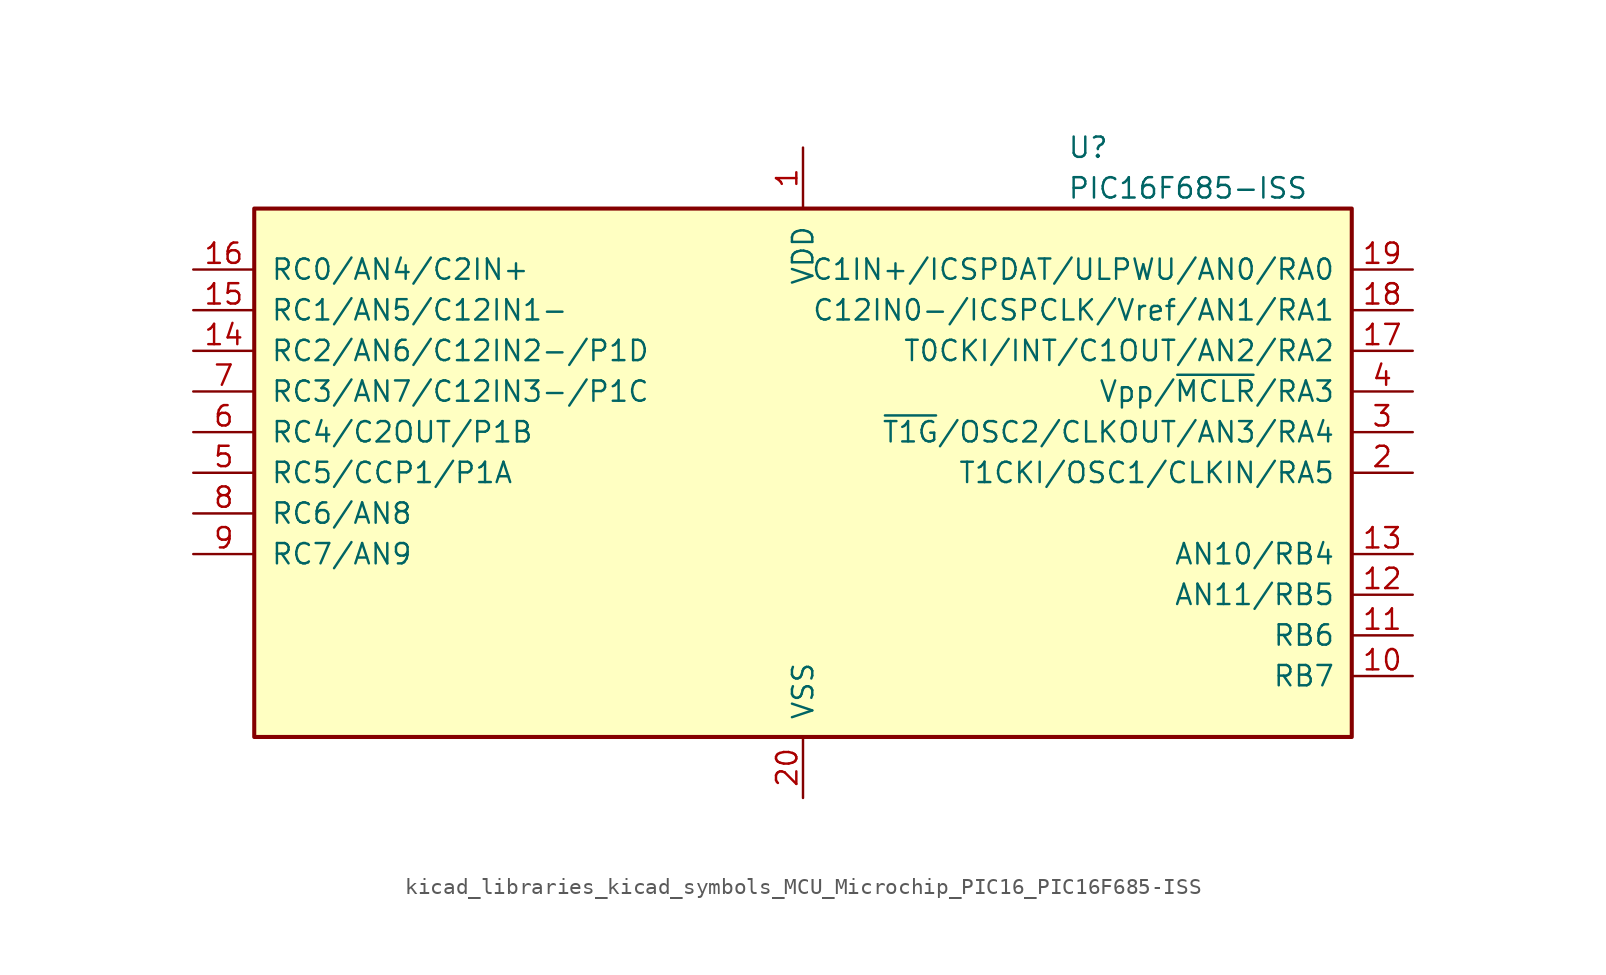
<source format=kicad_sym>
(kicad_symbol_lib
  (version 20220914)
  (generator kicad_symbol_editor)
  (symbol "kicad_libraries_kicad_symbols_MCU_Microchip_PIC16_PIC16F685-ISS"
    (pin_names
      (offset 1.016))
    (property "Reference" "U"
      (at 16.51 20.32 0)
      (effects (font (size 1.27 1.27)) (justify left)))
    (property "Value" "PIC16F685-ISS"
      (at 16.51 17.78 0)
      (effects (font (size 1.27 1.27)) (justify left)))
    (symbol "kicad_libraries_kicad_symbols_MCU_Microchip_PIC16_PIC16F685-ISS_0_1"
      (rectangle (start -34.29 16.51) (end 34.29 -16.51) (stroke (width 0.254) (type default)) (fill (type background))))
    (symbol "kicad_libraries_kicad_symbols_MCU_Microchip_PIC16_PIC16F685-ISS_1_1"
      (pin power_in line (at 0 20.32 270) (length 3.81) (name "VDD" (effects (font (size 1.27 1.27)))) (number "1" (effects (font (size 1.27 1.27)))))
      (pin bidirectional line (at 38.1 -12.7 180) (length 3.81) (name "RB7" (effects (font (size 1.27 1.27)))) (number "10" (effects (font (size 1.27 1.27)))))
      (pin bidirectional line (at 38.1 -10.16 180) (length 3.81) (name "RB6" (effects (font (size 1.27 1.27)))) (number "11" (effects (font (size 1.27 1.27)))))
      (pin bidirectional line (at 38.1 -7.62 180) (length 3.81) (name "AN11/RB5" (effects (font (size 1.27 1.27)))) (number "12" (effects (font (size 1.27 1.27)))))
      (pin bidirectional line (at 38.1 -5.08 180) (length 3.81) (name "AN10/RB4" (effects (font (size 1.27 1.27)))) (number "13" (effects (font (size 1.27 1.27)))))
      (pin bidirectional line (at -38.1 7.62 0) (length 3.81) (name "RC2/AN6/C12IN2-/P1D" (effects (font (size 1.27 1.27)))) (number "14" (effects (font (size 1.27 1.27)))))
      (pin bidirectional line (at -38.1 10.16 0) (length 3.81) (name "RC1/AN5/C12IN1-" (effects (font (size 1.27 1.27)))) (number "15" (effects (font (size 1.27 1.27)))))
      (pin bidirectional line (at -38.1 12.7 0) (length 3.81) (name "RC0/AN4/C2IN+" (effects (font (size 1.27 1.27)))) (number "16" (effects (font (size 1.27 1.27)))))
      (pin bidirectional line (at 38.1 7.62 180) (length 3.81) (name "T0CKI/INT/C1OUT/AN2/RA2" (effects (font (size 1.27 1.27)))) (number "17" (effects (font (size 1.27 1.27)))))
      (pin bidirectional line (at 38.1 10.16 180) (length 3.81) (name "C12IN0-/ICSPCLK/Vref/AN1/RA1" (effects (font (size 1.27 1.27)))) (number "18" (effects (font (size 1.27 1.27)))))
      (pin bidirectional line (at 38.1 12.7 180) (length 3.81) (name "C1IN+/ICSPDAT/ULPWU/AN0/RA0" (effects (font (size 1.27 1.27)))) (number "19" (effects (font (size 1.27 1.27)))))
      (pin bidirectional line (at 38.1 0 180) (length 3.81) (name "T1CKI/OSC1/CLKIN/RA5" (effects (font (size 1.27 1.27)))) (number "2" (effects (font (size 1.27 1.27)))))
      (pin power_in line (at 0 -20.32 90) (length 3.81) (name "VSS" (effects (font (size 1.27 1.27)))) (number "20" (effects (font (size 1.27 1.27)))))
      (pin bidirectional line (at 38.1 2.54 180) (length 3.81) (name "~{T1G}/OSC2/CLKOUT/AN3/RA4" (effects (font (size 1.27 1.27)))) (number "3" (effects (font (size 1.27 1.27)))))
      (pin input line (at 38.1 5.08 180) (length 3.81) (name "Vpp/~{MCLR}/RA3" (effects (font (size 1.27 1.27)))) (number "4" (effects (font (size 1.27 1.27)))))
      (pin bidirectional line (at -38.1 0 0) (length 3.81) (name "RC5/CCP1/P1A" (effects (font (size 1.27 1.27)))) (number "5" (effects (font (size 1.27 1.27)))))
      (pin bidirectional line (at -38.1 2.54 0) (length 3.81) (name "RC4/C2OUT/P1B" (effects (font (size 1.27 1.27)))) (number "6" (effects (font (size 1.27 1.27)))))
      (pin bidirectional line (at -38.1 5.08 0) (length 3.81) (name "RC3/AN7/C12IN3-/P1C" (effects (font (size 1.27 1.27)))) (number "7" (effects (font (size 1.27 1.27)))))
      (pin bidirectional line (at -38.1 -2.54 0) (length 3.81) (name "RC6/AN8" (effects (font (size 1.27 1.27)))) (number "8" (effects (font (size 1.27 1.27)))))
      (pin bidirectional line (at -38.1 -5.08 0) (length 3.81) (name "RC7/AN9" (effects (font (size 1.27 1.27)))) (number "9" (effects (font (size 1.27 1.27))))))))
</source>
